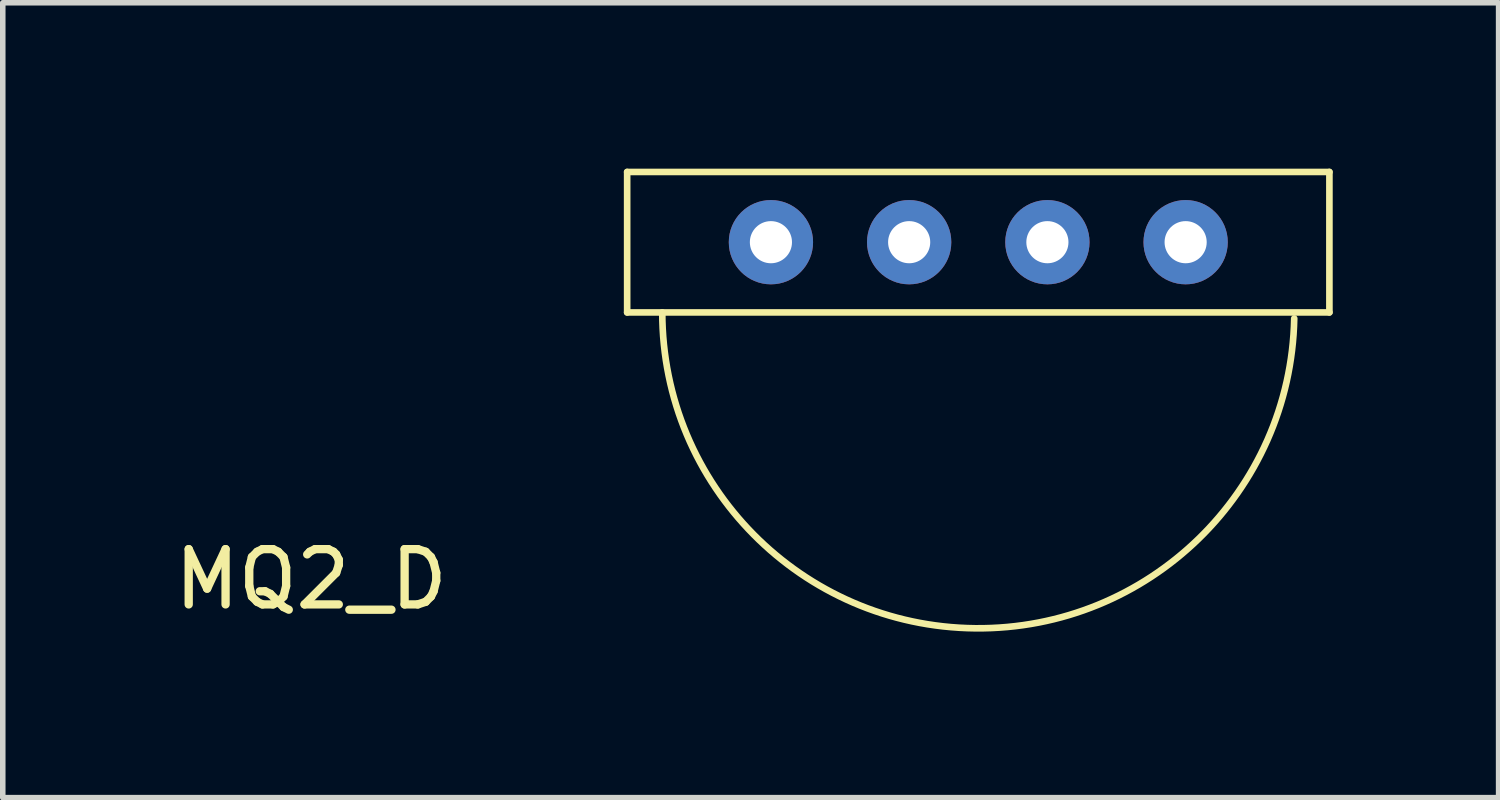
<source format=kicad_pcb>
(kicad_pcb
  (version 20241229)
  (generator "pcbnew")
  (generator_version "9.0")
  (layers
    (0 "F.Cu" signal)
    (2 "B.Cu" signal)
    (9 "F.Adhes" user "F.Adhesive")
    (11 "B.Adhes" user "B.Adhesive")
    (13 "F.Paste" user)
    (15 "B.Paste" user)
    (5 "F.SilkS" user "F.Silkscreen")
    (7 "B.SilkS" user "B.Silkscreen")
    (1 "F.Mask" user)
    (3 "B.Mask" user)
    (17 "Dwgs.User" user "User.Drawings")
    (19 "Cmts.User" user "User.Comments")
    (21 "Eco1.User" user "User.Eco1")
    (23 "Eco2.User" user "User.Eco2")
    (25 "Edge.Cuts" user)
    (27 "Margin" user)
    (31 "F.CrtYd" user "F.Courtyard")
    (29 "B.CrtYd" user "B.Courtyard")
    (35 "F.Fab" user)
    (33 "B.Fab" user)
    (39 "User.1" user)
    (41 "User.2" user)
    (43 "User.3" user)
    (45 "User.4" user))
  (footprint "MQ2_D"
    (layer "F.Cu")
    (at 14.642 1.33)
    (property "Reference" "MQ2_D" (at -12.065 6.096 0) (layer "F.SilkS") (effects (font (size 1 1) (thickness 0.15))))
    (attr through_hole)
    (fp_line (start -6.35 -1.27) (end -6.35 1.27) (stroke (width 0.12) (type solid)) (layer "F.SilkS"))
    (fp_line (start -6.35 1.27) (end 6.35 1.27) (stroke (width 0.12) (type solid)) (layer "F.SilkS"))
    (fp_line (start 6.35 -1.27) (end -6.35 -1.27) (stroke (width 0.12) (type solid)) (layer "F.SilkS"))
    (fp_line (start 6.35 1.27) (end 6.35 -1.27) (stroke (width 0.12) (type solid)) (layer "F.SilkS"))
    (fp_arc (start 5.713944 1.379884) (mid -0.054945 6.984736) (end -5.715 1.27) (stroke (width 0.12) (type solid)) (layer "F.SilkS"))
    (pad "1" thru_hole circle (at -3.75 0) (size 1.524 1.524) (drill 0.762) (layers "*.Cu" "*.Mask"))
    (pad "2" thru_hole circle (at -1.25 0) (size 1.524 1.524) (drill 0.762) (layers "*.Cu" "*.Mask"))
    (pad "3" thru_hole circle (at 1.25 0) (size 1.524 1.524) (drill 0.762) (layers "*.Cu" "*.Mask"))
    (pad "4" thru_hole circle (at 3.75 0) (size 1.524 1.524) (drill 0.762) (layers "*.Cu" "*.Mask")))
  (gr_rect
    (start -3 -3)
    (end 24.052 11.375)
    (stroke (width 0.1) (type default))
    (fill no)
    (layer "Edge.Cuts")))
</source>
